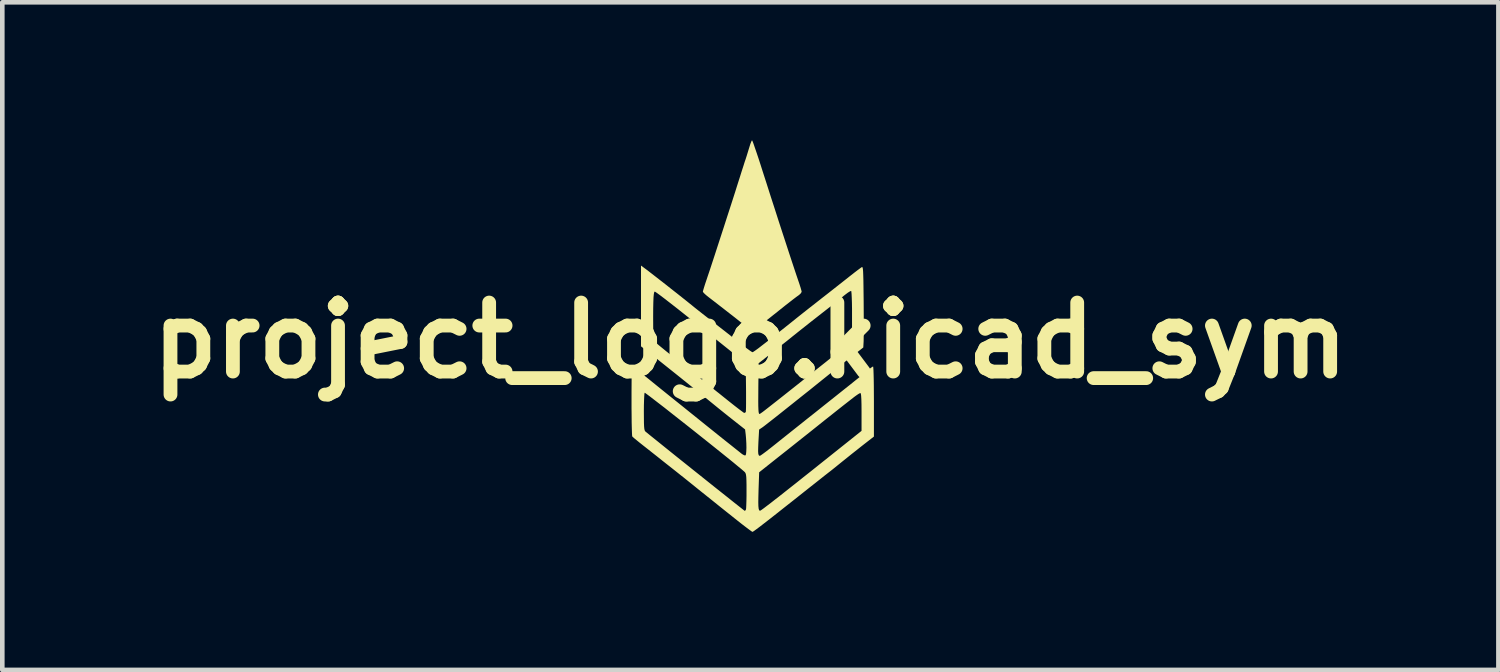
<source format=kicad_pcb>
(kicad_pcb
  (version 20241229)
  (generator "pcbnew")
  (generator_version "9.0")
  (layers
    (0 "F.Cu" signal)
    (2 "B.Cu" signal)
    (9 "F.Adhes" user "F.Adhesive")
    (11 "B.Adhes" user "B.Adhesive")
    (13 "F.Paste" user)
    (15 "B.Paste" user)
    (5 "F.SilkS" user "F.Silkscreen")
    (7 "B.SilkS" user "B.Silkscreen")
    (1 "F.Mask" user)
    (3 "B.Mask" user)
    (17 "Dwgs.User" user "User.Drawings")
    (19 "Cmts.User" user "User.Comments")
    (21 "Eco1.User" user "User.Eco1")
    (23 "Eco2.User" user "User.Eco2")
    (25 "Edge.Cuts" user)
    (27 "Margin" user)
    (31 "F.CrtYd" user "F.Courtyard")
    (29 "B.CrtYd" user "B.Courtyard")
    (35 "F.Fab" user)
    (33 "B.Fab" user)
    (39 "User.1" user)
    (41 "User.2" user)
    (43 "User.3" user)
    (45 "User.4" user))
  (footprint "project_logo.kicad_sym"
    (layer "F.Cu")
    (at 13.264 4.35)
    (property "Reference" "project_logo.kicad_sym" (at 0 0 0) (layer "F.SilkS") (effects (font (size 1.5 1.5) (thickness 0.3))))
    (attr board_only exclude_from_pos_files exclude_from_bom)
    (fp_poly (pts (xy 0.047 -4.331) (xy 0.068 -4.278) (xy 0.097 -4.193) (xy 0.135 -4.083) (xy 0.179 -3.952) (xy 0.227 -3.804) (xy 0.265 -3.684) (xy 0.355 -3.405) (xy 0.443 -3.129) (xy 0.531 -2.858) (xy 0.615 -2.596) (xy 0.696 -2.347) (xy 0.772 -2.115) (xy 0.841 -1.903) (xy 0.903 -1.715) (xy 0.956 -1.555) (xy 0.999 -1.426) (xy 1.031 -1.332) (xy 1.035 -1.32) (xy 1.067 -1.226) (xy 1.093 -1.145) (xy 1.11 -1.085) (xy 1.116 -1.056) (xy 1.1 -1.025) (xy 1.06 -0.987) (xy 1.046 -0.977) (xy 1.004 -0.947) (xy 0.938 -0.897) (xy 0.857 -0.834) (xy 0.767 -0.764) (xy 0.742 -0.744) (xy 0.633 -0.657) (xy 0.51 -0.559) (xy 0.389 -0.463) (xy 0.292 -0.386) (xy 0.211 -0.321) (xy 0.139 -0.266) (xy 0.086 -0.226) (xy 0.056 -0.206) (xy 0.053 -0.204) (xy 0.026 -0.212) (xy -0.02 -0.239) (xy -0.052 -0.263) (xy -0.101 -0.303) (xy -0.136 -0.333) (xy -0.145 -0.342) (xy -0.163 -0.358) (xy -0.21 -0.396) (xy -0.278 -0.45) (xy -0.364 -0.518) (xy -0.462 -0.594) (xy -0.567 -0.676) (xy -0.674 -0.759) (xy -0.777 -0.839) (xy -0.872 -0.912) (xy -0.903 -0.936) (xy -0.964 -0.985) (xy -1.009 -1.027) (xy -1.031 -1.054) (xy -1.032 -1.057) (xy -1.026 -1.085) (xy -1.009 -1.143) (xy -0.984 -1.223) (xy -0.953 -1.315) (xy -0.923 -1.405) (xy -0.881 -1.529) (xy -0.831 -1.681) (xy -0.774 -1.855) (xy -0.712 -2.046) (xy -0.646 -2.249) (xy -0.578 -2.457) (xy -0.511 -2.666) (xy -0.445 -2.869) (xy -0.383 -3.061) (xy -0.327 -3.236) (xy -0.279 -3.389) (xy -0.269 -3.42) (xy -0.227 -3.551) (xy -0.188 -3.676) (xy -0.152 -3.787) (xy -0.124 -3.876) (xy -0.104 -3.934) (xy -0.103 -3.937) (xy -0.077 -4.018) (xy -0.047 -4.116) (xy -0.021 -4.201) (xy 0.001 -4.272) (xy 0.022 -4.325) (xy 0.036 -4.35) (xy 0.037 -4.35)) (stroke (width 0) (type solid)) (fill yes) (layer "F.SilkS"))
    (fp_poly (pts (xy -2.289 -1.561) (xy -2.24 -1.525) (xy -2.166 -1.467) (xy -2.07 -1.393) (xy -1.96 -1.307) (xy -1.84 -1.214) (xy -1.718 -1.117) (xy -1.598 -1.023) (xy -1.487 -0.935) (xy -1.39 -0.858) (xy -1.313 -0.796) (xy -1.273 -0.764) (xy -1.217 -0.718) (xy -1.135 -0.653) (xy -1.036 -0.575) (xy -0.927 -0.49) (xy -0.816 -0.404) (xy -0.693 -0.307) (xy -0.559 -0.203) (xy -0.427 -0.099) (xy -0.307 -0.004) (xy -0.231 0.056) (xy -0.143 0.125) (xy -0.064 0.184) (xy -0.002 0.229) (xy 0.037 0.254) (xy 0.048 0.258) (xy 0.066 0.249) (xy 0.106 0.222) (xy 0.17 0.176) (xy 0.258 0.108) (xy 0.372 0.02) (xy 0.514 -0.092) (xy 0.684 -0.227) (xy 0.884 -0.386) (xy 0.982 -0.465) (xy 1.062 -0.529) (xy 1.167 -0.612) (xy 1.286 -0.706) (xy 1.413 -0.805) (xy 1.537 -0.903) (xy 1.56 -0.921) (xy 1.686 -1.019) (xy 1.817 -1.122) (xy 1.945 -1.223) (xy 2.061 -1.314) (xy 2.154 -1.388) (xy 2.166 -1.397) (xy 2.251 -1.464) (xy 2.327 -1.522) (xy 2.386 -1.566) (xy 2.422 -1.591) (xy 2.428 -1.594) (xy 2.436 -1.592) (xy 2.442 -1.577) (xy 2.448 -1.545) (xy 2.452 -1.493) (xy 2.455 -1.417) (xy 2.458 -1.313) (xy 2.46 -1.178) (xy 2.462 -1.008) (xy 2.464 -0.854) (xy 2.465 -0.676) (xy 2.466 -0.506) (xy 2.466 -0.349) (xy 2.466 -0.211) (xy 2.465 -0.098) (xy 2.464 -0.016) (xy 2.463 0.026) (xy 2.456 0.155) (xy 2.173 0.376) (xy 2.06 0.464) (xy 1.939 0.56) (xy 1.821 0.653) (xy 1.72 0.734) (xy 1.684 0.763) (xy 1.481 0.926) (xy 1.285 1.084) (xy 1.097 1.233) (xy 0.922 1.373) (xy 0.761 1.501) (xy 0.618 1.615) (xy 0.495 1.712) (xy 0.395 1.79) (xy 0.321 1.848) (xy 0.275 1.883) (xy 0.265 1.89) (xy 0.191 1.94) (xy 0.176 2.204) (xy 0.171 2.325) (xy 0.169 2.41) (xy 0.173 2.466) (xy 0.183 2.497) (xy 0.198 2.51) (xy 0.207 2.511) (xy 0.229 2.499) (xy 0.277 2.465) (xy 0.346 2.414) (xy 0.428 2.35) (xy 0.48 2.309) (xy 0.553 2.251) (xy 0.654 2.17) (xy 0.777 2.072) (xy 0.92 1.958) (xy 1.076 1.834) (xy 1.241 1.702) (xy 1.412 1.567) (xy 1.582 1.431) (xy 1.748 1.299) (xy 1.905 1.174) (xy 2.048 1.06) (xy 2.173 0.961) (xy 2.273 0.88) (xy 2.361 0.81) (xy 2.446 0.741) (xy 2.518 0.682) (xy 2.56 0.646) (xy 2.612 0.604) (xy 2.653 0.576) (xy 2.669 0.568) (xy 2.673 0.588) (xy 2.677 0.645) (xy 2.68 0.734) (xy 2.683 0.85) (xy 2.685 0.99) (xy 2.686 1.148) (xy 2.687 1.321) (xy 2.687 1.33) (xy 2.687 2.092) (xy 2.425 2.296) (xy 2.318 2.381) (xy 2.204 2.471) (xy 2.097 2.557) (xy 2.007 2.629) (xy 1.986 2.646) (xy 1.902 2.714) (xy 1.819 2.781) (xy 1.749 2.837) (xy 1.715 2.863) (xy 1.674 2.895) (xy 1.606 2.948) (xy 1.517 3.019) (xy 1.411 3.103) (xy 1.294 3.195) (xy 1.178 3.287) (xy 0.945 3.472) (xy 0.743 3.631) (xy 0.57 3.768) (xy 0.425 3.882) (xy 0.305 3.975) (xy 0.211 4.048) (xy 0.139 4.102) (xy 0.088 4.139) (xy 0.058 4.159) (xy 0.046 4.164) (xy 0.025 4.152) (xy -0.023 4.117) (xy -0.095 4.063) (xy -0.185 3.994) (xy -0.289 3.912) (xy -0.384 3.836) (xy -0.521 3.727) (xy -0.669 3.609) (xy -0.823 3.485) (xy -0.977 3.362) (xy -1.122 3.246) (xy -1.253 3.14) (xy -1.364 3.051) (xy -1.426 3.001) (xy -1.457 2.976) (xy -1.516 2.93) (xy -1.596 2.866) (xy -1.693 2.789) (xy -1.801 2.704) (xy -1.915 2.614) (xy -2.029 2.523) (xy -2.138 2.437) (xy -2.238 2.358) (xy -2.322 2.292) (xy -2.385 2.242) (xy -2.408 2.224) (xy -2.474 2.17) (xy -2.529 2.125) (xy -2.562 2.095) (xy -2.568 2.088) (xy -2.571 2.063) (xy -2.574 2.002) (xy -2.577 1.909) (xy -2.58 1.788) (xy -2.581 1.645) (xy -2.582 1.551) (xy -2.315 1.551) (xy -2.314 1.692) (xy -2.313 1.796) (xy -2.31 1.871) (xy -2.305 1.922) (xy -2.298 1.955) (xy -2.288 1.975) (xy -2.279 1.984) (xy -2.243 2.013) (xy -2.181 2.064) (xy -2.095 2.133) (xy -1.988 2.219) (xy -1.864 2.319) (xy -1.726 2.43) (xy -1.578 2.549) (xy -1.421 2.674) (xy -1.26 2.803) (xy -1.098 2.932) (xy -0.938 3.06) (xy -0.784 3.183) (xy -0.638 3.299) (xy -0.503 3.406) (xy -0.384 3.501) (xy -0.283 3.581) (xy -0.204 3.643) (xy -0.15 3.686) (xy -0.123 3.706) (xy -0.121 3.708) (xy -0.103 3.693) (xy -0.095 3.677) (xy -0.091 3.647) (xy -0.088 3.582) (xy -0.086 3.518) (xy 0.173 3.518) (xy 0.175 3.604) (xy 0.181 3.661) (xy 0.191 3.693) (xy 0.206 3.704) (xy 0.218 3.702) (xy 0.242 3.687) (xy 0.293 3.65) (xy 0.364 3.596) (xy 0.452 3.529) (xy 0.54 3.46) (xy 0.619 3.399) (xy 0.724 3.316) (xy 0.853 3.214) (xy 0.999 3.099) (xy 1.158 2.972) (xy 1.325 2.84) (xy 1.495 2.704) (xy 1.628 2.598) (xy 2.418 1.968) (xy 2.418 1.558) (xy 2.417 1.4) (xy 2.414 1.281) (xy 2.409 1.201) (xy 2.402 1.157) (xy 2.395 1.147) (xy 2.384 1.149) (xy 2.369 1.155) (xy 2.346 1.169) (xy 2.312 1.192) (xy 2.265 1.226) (xy 2.202 1.275) (xy 2.12 1.339) (xy 2.015 1.421) (xy 1.886 1.523) (xy 1.729 1.648) (xy 1.631 1.725) (xy 1.471 1.853) (xy 1.301 1.989) (xy 1.128 2.126) (xy 0.961 2.259) (xy 0.806 2.382) (xy 0.672 2.488) (xy 0.606 2.54) (xy 0.192 2.869) (xy 0.179 3.243) (xy 0.175 3.399) (xy 0.173 3.518) (xy -0.086 3.518) (xy -0.085 3.491) (xy -0.083 3.38) (xy -0.083 3.276) (xy -0.083 3.142) (xy -0.085 3.042) (xy -0.088 2.972) (xy -0.094 2.924) (xy -0.103 2.892) (xy -0.115 2.871) (xy -0.119 2.866) (xy -0.144 2.843) (xy -0.198 2.797) (xy -0.277 2.732) (xy -0.377 2.649) (xy -0.496 2.553) (xy -0.63 2.445) (xy -0.776 2.328) (xy -0.931 2.204) (xy -1.092 2.076) (xy -1.254 1.947) (xy -1.416 1.819) (xy -1.574 1.695) (xy -1.724 1.577) (xy -1.863 1.467) (xy -1.989 1.37) (xy -2.098 1.286) (xy -2.186 1.218) (xy -2.251 1.17) (xy -2.288 1.143) (xy -2.297 1.139) (xy -2.303 1.162) (xy -2.307 1.22) (xy -2.311 1.306) (xy -2.314 1.414) (xy -2.315 1.537) (xy -2.315 1.551) (xy -2.582 1.551) (xy -2.583 1.485) (xy -2.583 1.315) (xy -2.583 1.117) (xy -2.582 0.956) (xy -2.581 0.829) (xy -2.579 0.732) (xy -2.576 0.662) (xy -2.572 0.615) (xy -2.567 0.588) (xy -2.56 0.576) (xy -2.554 0.575) (xy -2.529 0.591) (xy -2.478 0.629) (xy -2.406 0.685) (xy -2.318 0.755) (xy -2.218 0.835) (xy -2.197 0.852) (xy -2.121 0.914) (xy -2.021 0.995) (xy -1.902 1.091) (xy -1.768 1.199) (xy -1.621 1.317) (xy -1.465 1.442) (xy -1.304 1.572) (xy -1.142 1.702) (xy -0.981 1.832) (xy -0.825 1.957) (xy -0.678 2.075) (xy -0.543 2.183) (xy -0.423 2.278) (xy -0.323 2.358) (xy -0.245 2.42) (xy -0.194 2.461) (xy -0.174 2.476) (xy -0.133 2.499) (xy -0.104 2.501) (xy -0.094 2.475) (xy -0.088 2.416) (xy -0.085 2.334) (xy -0.087 2.237) (xy -0.093 2.134) (xy -0.1 2.053) (xy -0.114 1.937) (xy -0.351 1.75) (xy -0.46 1.664) (xy -0.581 1.567) (xy -0.698 1.473) (xy -0.796 1.393) (xy -0.871 1.332) (xy -0.973 1.249) (xy -1.097 1.15) (xy -1.236 1.038) (xy -1.386 0.918) (xy -1.54 0.794) (xy -1.694 0.671) (xy -1.842 0.553) (xy -1.977 0.445) (xy -2.095 0.351) (xy -2.191 0.276) (xy -2.197 0.272) (xy -2.377 0.13) (xy -2.377 -0.51) (xy -2.113 -0.51) (xy -2.112 -0.293) (xy -2.111 -0.186) (xy -2.109 0) (xy -2.028 0.073) (xy -1.987 0.108) (xy -1.92 0.163) (xy -1.833 0.234) (xy -1.732 0.315) (xy -1.623 0.401) (xy -1.588 0.428) (xy -1.478 0.515) (xy -1.344 0.622) (xy -1.193 0.742) (xy -1.034 0.869) (xy -0.874 0.997) (xy -0.722 1.12) (xy -0.692 1.143) (xy -0.563 1.247) (xy -0.444 1.342) (xy -0.339 1.425) (xy -0.251 1.493) (xy -0.184 1.543) (xy -0.143 1.573) (xy -0.131 1.579) (xy -0.104 1.565) (xy -0.098 1.555) (xy -0.096 1.528) (xy -0.094 1.466) (xy -0.093 1.374) (xy -0.093 1.327) (xy 0.172 1.327) (xy 0.173 1.432) (xy 0.176 1.508) (xy 0.18 1.558) (xy 0.187 1.588) (xy 0.195 1.6) (xy 0.2 1.602) (xy 0.221 1.59) (xy 0.264 1.56) (xy 0.297 1.535) (xy 0.378 1.472) (xy 0.481 1.391) (xy 0.602 1.296) (xy 0.736 1.19) (xy 0.881 1.075) (xy 1.034 0.954) (xy 1.189 0.83) (xy 1.344 0.707) (xy 1.496 0.586) (xy 1.64 0.472) (xy 1.773 0.365) (xy 1.891 0.271) (xy 1.991 0.19) (xy 2.069 0.127) (xy 2.121 0.084) (xy 2.144 0.065) (xy 2.211 0.002) (xy 2.211 -0.53) (xy 2.211 -0.684) (xy 2.209 -0.82) (xy 2.205 -0.931) (xy 2.201 -1.013) (xy 2.196 -1.062) (xy 2.192 -1.074) (xy 2.169 -1.067) (xy 2.122 -1.038) (xy 2.061 -0.992) (xy 2.029 -0.967) (xy 1.965 -0.914) (xy 1.876 -0.843) (xy 1.773 -0.76) (xy 1.662 -0.673) (xy 1.581 -0.61) (xy 1.465 -0.519) (xy 1.328 -0.412) (xy 1.183 -0.297) (xy 1.039 -0.183) (xy 0.914 -0.083) (xy 0.795 0.013) (xy 0.673 0.109) (xy 0.558 0.201) (xy 0.456 0.282) (xy 0.377 0.344) (xy 0.366 0.352) (xy 0.18 0.498) (xy 0.174 1.014) (xy 0.173 1.189) (xy 0.172 1.327) (xy -0.093 1.327) (xy -0.093 1.258) (xy -0.093 1.125) (xy -0.094 1.013) (xy -0.1 0.496) (xy -0.668 0.041) (xy -0.945 -0.18) (xy -1.19 -0.376) (xy -1.405 -0.546) (xy -1.589 -0.692) (xy -1.743 -0.812) (xy -1.868 -0.909) (xy -1.963 -0.981) (xy -2.03 -1.03) (xy -2.069 -1.056) (xy -2.078 -1.061) (xy -2.089 -1.049) (xy -2.098 -1.008) (xy -2.105 -0.935) (xy -2.109 -0.829) (xy -2.112 -0.688) (xy -2.113 -0.51) (xy -2.377 -0.51) (xy -2.377 -0.748) (xy -2.377 -1.626)) (stroke (width 0) (type solid)) (fill yes) (layer "F.SilkS")))
  (gr_rect
    (start -3 -3)
    (end 29.529 11.515)
    (stroke (width 0.1) (type default))
    (fill no)
    (layer "Edge.Cuts")))
</source>
